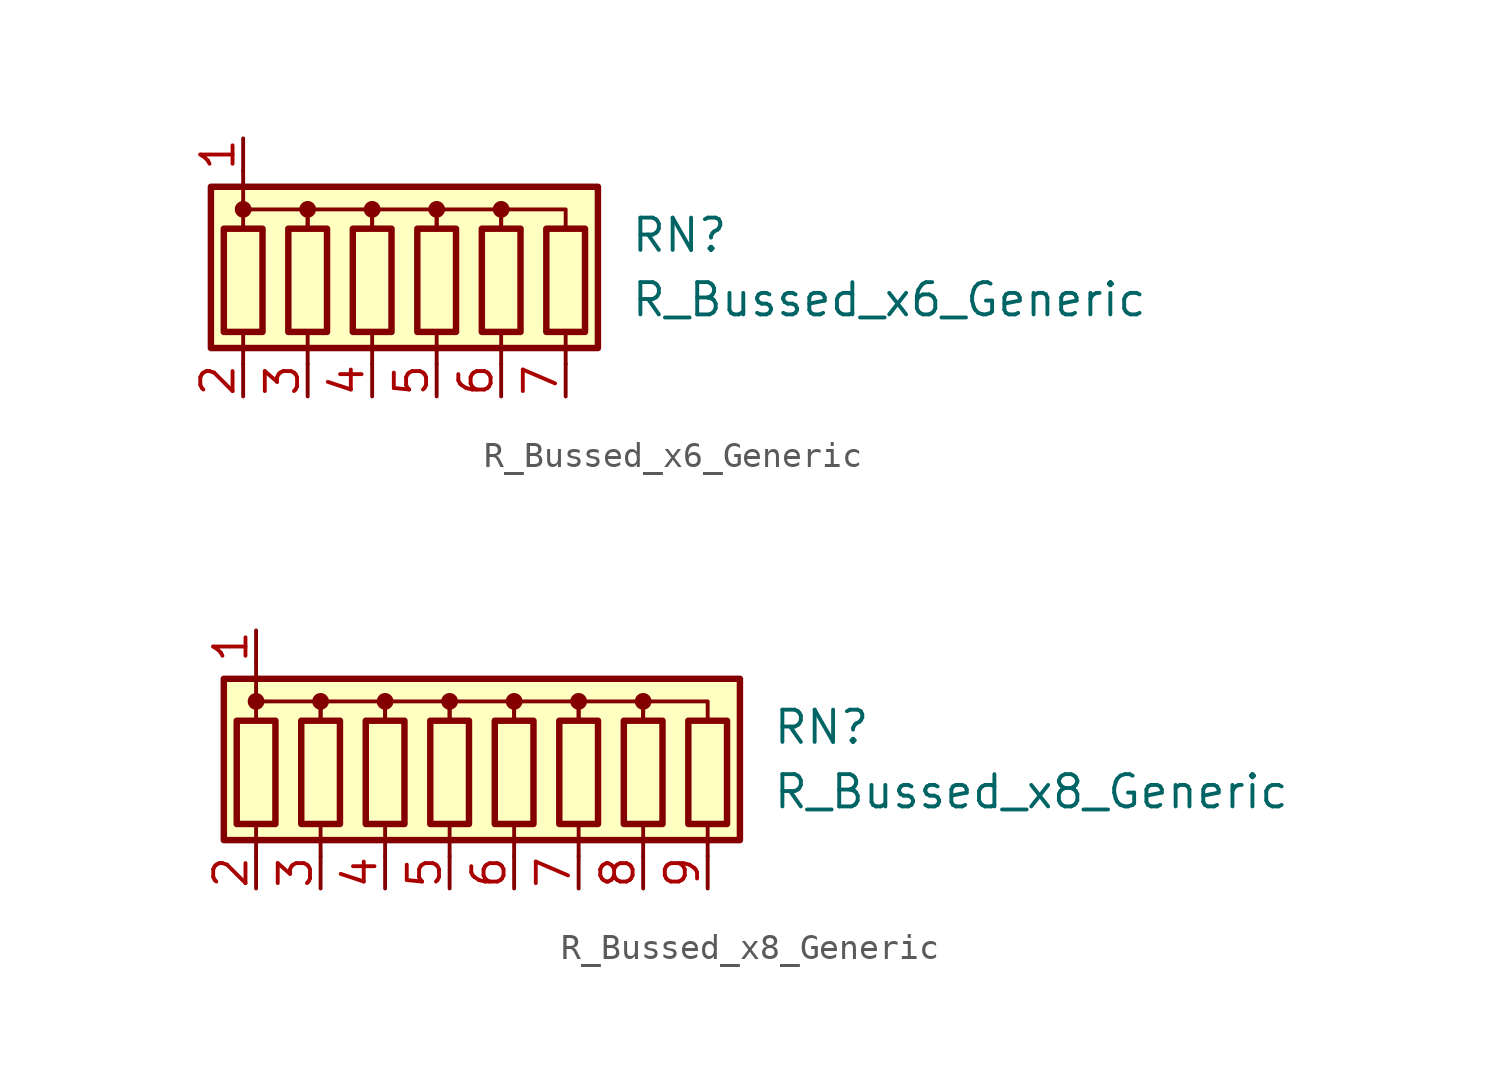
<source format=kicad_sym>
(kicad_symbol_lib
  (version 20211014)
  (generator kicad_symbol_editor)
  (symbol "R_Bussed_x6_Generic"
    (pin_names
      (offset 0.002) hide)
    (property "Reference" "RN"
      (at 7.62 1.27 0)
      (effects (font (size 1.27 1.27)) (justify left)))
    (property "Value" "R_Bussed_x6_Generic"
      (at 7.62 -1.27 0)
      (effects (font (size 1.27 1.27)) (justify left)))
    (symbol "R_Bussed_x6_Generic_0_1"
      (rectangle (start -8.89 -3.175) (end 6.35 3.175) (stroke (width 0.254) (type default) (color 0 0 0 0)) (fill (type background)))
      (rectangle (start -8.382 1.524) (end -6.858 -2.54) (stroke (width 0.254) (type default) (color 0 0 0 0)) (fill (type none)))
      (circle (center -7.62 2.286) (radius 0.254) (stroke (width 0) (type default) (color 0 0 0 0)) (fill (type outline)))
      (rectangle (start -5.842 1.524) (end -4.318 -2.54) (stroke (width 0.254) (type default) (color 0 0 0 0)) (fill (type none)))
      (circle (center -5.08 2.286) (radius 0.254) (stroke (width 0) (type default) (color 0 0 0 0)) (fill (type outline)))
      (rectangle (start -3.302 1.524) (end -1.778 -2.54) (stroke (width 0.254) (type default) (color 0 0 0 0)) (fill (type none)))
      (circle (center -2.54 2.286) (radius 0.254) (stroke (width 0) (type default) (color 0 0 0 0)) (fill (type outline)))
      (rectangle (start -0.762 1.524) (end 0.762 -2.54) (stroke (width 0.254) (type default) (color 0 0 0 0)) (fill (type none)))
      (polyline (pts (xy -7.62 -2.54) (xy -7.62 -3.81)) (stroke (width 0) (type default) (color 0 0 0 0)) (fill (type none)))
      (polyline (pts (xy -7.62 3.81) (xy -7.62 2.54)) (stroke (width 0) (type default) (color 0 0 0 0)) (fill (type none)))
      (polyline (pts (xy -5.08 -2.54) (xy -5.08 -3.81)) (stroke (width 0) (type default) (color 0 0 0 0)) (fill (type none)))
      (polyline (pts (xy -2.54 -2.54) (xy -2.54 -3.81)) (stroke (width 0) (type default) (color 0 0 0 0)) (fill (type none)))
      (polyline (pts (xy 0 -2.54) (xy 0 -3.81)) (stroke (width 0) (type default) (color 0 0 0 0)) (fill (type none)))
      (polyline (pts (xy 2.54 -2.54) (xy 2.54 -3.81)) (stroke (width 0) (type default) (color 0 0 0 0)) (fill (type none)))
      (polyline (pts (xy 5.08 -2.54) (xy 5.08 -3.81)) (stroke (width 0) (type default) (color 0 0 0 0)) (fill (type none)))
      (polyline (pts (xy -7.62 1.524) (xy -7.62 2.286) (xy -5.08 2.286) (xy -5.08 1.524)) (stroke (width 0) (type default) (color 0 0 0 0)) (fill (type none)))
      (polyline (pts (xy -5.08 1.524) (xy -5.08 2.286) (xy -2.54 2.286) (xy -2.54 1.524)) (stroke (width 0) (type default) (color 0 0 0 0)) (fill (type none)))
      (polyline (pts (xy -2.54 1.524) (xy -2.54 2.286) (xy 0 2.286) (xy 0 1.524)) (stroke (width 0) (type default) (color 0 0 0 0)) (fill (type none)))
      (polyline (pts (xy 0 1.524) (xy 0 2.286) (xy 2.54 2.286) (xy 2.54 1.524)) (stroke (width 0) (type default) (color 0 0 0 0)) (fill (type none)))
      (polyline (pts (xy 2.54 1.524) (xy 2.54 2.286) (xy 5.08 2.286) (xy 5.08 1.524)) (stroke (width 0) (type default) (color 0 0 0 0)) (fill (type none)))
      (circle (center 0 2.286) (radius 0.254) (stroke (width 0) (type default) (color 0 0 0 0)) (fill (type outline)))
      (rectangle (start 1.778 1.524) (end 3.302 -2.54) (stroke (width 0.254) (type default) (color 0 0 0 0)) (fill (type none)))
      (circle (center 2.54 2.286) (radius 0.254) (stroke (width 0) (type default) (color 0 0 0 0)) (fill (type outline)))
      (rectangle (start 4.318 1.524) (end 5.842 -2.54) (stroke (width 0.254) (type default) (color 0 0 0 0)) (fill (type none))))
    (symbol "R_Bussed_x6_Generic_1_1"
      (pin passive line (at -7.62 5.08 270) (length 1.27) (name "common" (effects (font (size 1.27 1.27)))) (number "1" (effects (font (size 1.27 1.27)))))
      (pin passive line (at -7.62 -5.08 90) (length 1.27) (name "R1" (effects (font (size 1.27 1.27)))) (number "2" (effects (font (size 1.27 1.27)))))
      (pin passive line (at -5.08 -5.08 90) (length 1.27) (name "R2" (effects (font (size 1.27 1.27)))) (number "3" (effects (font (size 1.27 1.27)))))
      (pin passive line (at -2.54 -5.08 90) (length 1.27) (name "R3" (effects (font (size 1.27 1.27)))) (number "4" (effects (font (size 1.27 1.27)))))
      (pin passive line (at 0 -5.08 90) (length 1.27) (name "R4" (effects (font (size 1.27 1.27)))) (number "5" (effects (font (size 1.27 1.27)))))
      (pin passive line (at 2.54 -5.08 90) (length 1.27) (name "R5" (effects (font (size 1.27 1.27)))) (number "6" (effects (font (size 1.27 1.27)))))
      (pin passive line (at 5.08 -5.08 90) (length 1.27) (name "R6" (effects (font (size 1.27 1.27)))) (number "7" (effects (font (size 1.27 1.27)))))))
  (symbol "R_Bussed_x8_Generic"
    (pin_names
      (offset 0.002) hide)
    (property "Reference" "RN"
      (at 10.16 1.27 0)
      (effects (font (size 1.27 1.27)) (justify left)))
    (property "Value" "R_Bussed_x8_Generic"
      (at 10.16 -1.27 0)
      (effects (font (size 1.27 1.27)) (justify left)))
    (symbol "R_Bussed_x8_Generic_0_1"
      (rectangle (start -11.43 -3.175) (end 8.89 3.175) (stroke (width 0.254) (type default) (color 0 0 0 0)) (fill (type background)))
      (rectangle (start -10.922 1.524) (end -9.398 -2.54) (stroke (width 0.254) (type default) (color 0 0 0 0)) (fill (type none)))
      (circle (center -10.16 2.286) (radius 0.254) (stroke (width 0) (type default) (color 0 0 0 0)) (fill (type outline)))
      (rectangle (start -8.382 1.524) (end -6.858 -2.54) (stroke (width 0.254) (type default) (color 0 0 0 0)) (fill (type none)))
      (circle (center -7.62 2.286) (radius 0.254) (stroke (width 0) (type default) (color 0 0 0 0)) (fill (type outline)))
      (rectangle (start -5.842 1.524) (end -4.318 -2.54) (stroke (width 0.254) (type default) (color 0 0 0 0)) (fill (type none)))
      (circle (center -5.08 2.286) (radius 0.254) (stroke (width 0) (type default) (color 0 0 0 0)) (fill (type outline)))
      (rectangle (start -3.302 1.524) (end -1.778 -2.54) (stroke (width 0.254) (type default) (color 0 0 0 0)) (fill (type none)))
      (circle (center -2.54 2.286) (radius 0.254) (stroke (width 0) (type default) (color 0 0 0 0)) (fill (type outline)))
      (rectangle (start -0.762 1.524) (end 0.762 -2.54) (stroke (width 0.254) (type default) (color 0 0 0 0)) (fill (type none)))
      (polyline (pts (xy -10.16 -2.54) (xy -10.16 -3.81)) (stroke (width 0) (type default) (color 0 0 0 0)) (fill (type none)))
      (polyline (pts (xy -10.16 3.81) (xy -10.16 2.54)) (stroke (width 0) (type default) (color 0 0 0 0)) (fill (type none)))
      (polyline (pts (xy -7.62 -2.54) (xy -7.62 -3.81)) (stroke (width 0) (type default) (color 0 0 0 0)) (fill (type none)))
      (polyline (pts (xy -5.08 -2.54) (xy -5.08 -3.81)) (stroke (width 0) (type default) (color 0 0 0 0)) (fill (type none)))
      (polyline (pts (xy -2.54 -2.54) (xy -2.54 -3.81)) (stroke (width 0) (type default) (color 0 0 0 0)) (fill (type none)))
      (polyline (pts (xy 0 -2.54) (xy 0 -3.81)) (stroke (width 0) (type default) (color 0 0 0 0)) (fill (type none)))
      (polyline (pts (xy 2.54 -2.54) (xy 2.54 -3.81)) (stroke (width 0) (type default) (color 0 0 0 0)) (fill (type none)))
      (polyline (pts (xy 5.08 -2.54) (xy 5.08 -3.81)) (stroke (width 0) (type default) (color 0 0 0 0)) (fill (type none)))
      (polyline (pts (xy 7.62 -2.54) (xy 7.62 -3.81)) (stroke (width 0) (type default) (color 0 0 0 0)) (fill (type none)))
      (polyline (pts (xy -10.16 1.524) (xy -10.16 2.286) (xy -7.62 2.286) (xy -7.62 1.524)) (stroke (width 0) (type default) (color 0 0 0 0)) (fill (type none)))
      (polyline (pts (xy -7.62 1.524) (xy -7.62 2.286) (xy -5.08 2.286) (xy -5.08 1.524)) (stroke (width 0) (type default) (color 0 0 0 0)) (fill (type none)))
      (polyline (pts (xy -5.08 1.524) (xy -5.08 2.286) (xy -2.54 2.286) (xy -2.54 1.524)) (stroke (width 0) (type default) (color 0 0 0 0)) (fill (type none)))
      (polyline (pts (xy -2.54 1.524) (xy -2.54 2.286) (xy 0 2.286) (xy 0 1.524)) (stroke (width 0) (type default) (color 0 0 0 0)) (fill (type none)))
      (polyline (pts (xy 0 1.524) (xy 0 2.286) (xy 2.54 2.286) (xy 2.54 1.524)) (stroke (width 0) (type default) (color 0 0 0 0)) (fill (type none)))
      (polyline (pts (xy 2.54 1.524) (xy 2.54 2.286) (xy 5.08 2.286) (xy 5.08 1.524)) (stroke (width 0) (type default) (color 0 0 0 0)) (fill (type none)))
      (polyline (pts (xy 5.08 1.524) (xy 5.08 2.286) (xy 7.62 2.286) (xy 7.62 1.524)) (stroke (width 0) (type default) (color 0 0 0 0)) (fill (type none)))
      (circle (center 0 2.286) (radius 0.254) (stroke (width 0) (type default) (color 0 0 0 0)) (fill (type outline)))
      (rectangle (start 1.778 1.524) (end 3.302 -2.54) (stroke (width 0.254) (type default) (color 0 0 0 0)) (fill (type none)))
      (circle (center 2.54 2.286) (radius 0.254) (stroke (width 0) (type default) (color 0 0 0 0)) (fill (type outline)))
      (rectangle (start 4.318 1.524) (end 5.842 -2.54) (stroke (width 0.254) (type default) (color 0 0 0 0)) (fill (type none)))
      (circle (center 5.08 2.286) (radius 0.254) (stroke (width 0) (type default) (color 0 0 0 0)) (fill (type outline)))
      (rectangle (start 6.858 1.524) (end 8.382 -2.54) (stroke (width 0.254) (type default) (color 0 0 0 0)) (fill (type none))))
    (symbol "R_Bussed_x8_Generic_1_1"
      (pin passive line (at -10.16 5.08 270) (length 1.27) (name "common" (effects (font (size 1.27 1.27)))) (number "1" (effects (font (size 1.27 1.27)))))
      (pin passive line (at -10.16 -5.08 90) (length 1.27) (name "R1" (effects (font (size 1.27 1.27)))) (number "2" (effects (font (size 1.27 1.27)))))
      (pin passive line (at -7.62 -5.08 90) (length 1.27) (name "R2" (effects (font (size 1.27 1.27)))) (number "3" (effects (font (size 1.27 1.27)))))
      (pin passive line (at -5.08 -5.08 90) (length 1.27) (name "R3" (effects (font (size 1.27 1.27)))) (number "4" (effects (font (size 1.27 1.27)))))
      (pin passive line (at -2.54 -5.08 90) (length 1.27) (name "R4" (effects (font (size 1.27 1.27)))) (number "5" (effects (font (size 1.27 1.27)))))
      (pin passive line (at 0 -5.08 90) (length 1.27) (name "R5" (effects (font (size 1.27 1.27)))) (number "6" (effects (font (size 1.27 1.27)))))
      (pin passive line (at 2.54 -5.08 90) (length 1.27) (name "R6" (effects (font (size 1.27 1.27)))) (number "7" (effects (font (size 1.27 1.27)))))
      (pin passive line (at 5.08 -5.08 90) (length 1.27) (name "R7" (effects (font (size 1.27 1.27)))) (number "8" (effects (font (size 1.27 1.27)))))
      (pin passive line (at 7.62 -5.08 90) (length 1.27) (name "R8" (effects (font (size 1.27 1.27)))) (number "9" (effects (font (size 1.27 1.27))))))))
</source>
